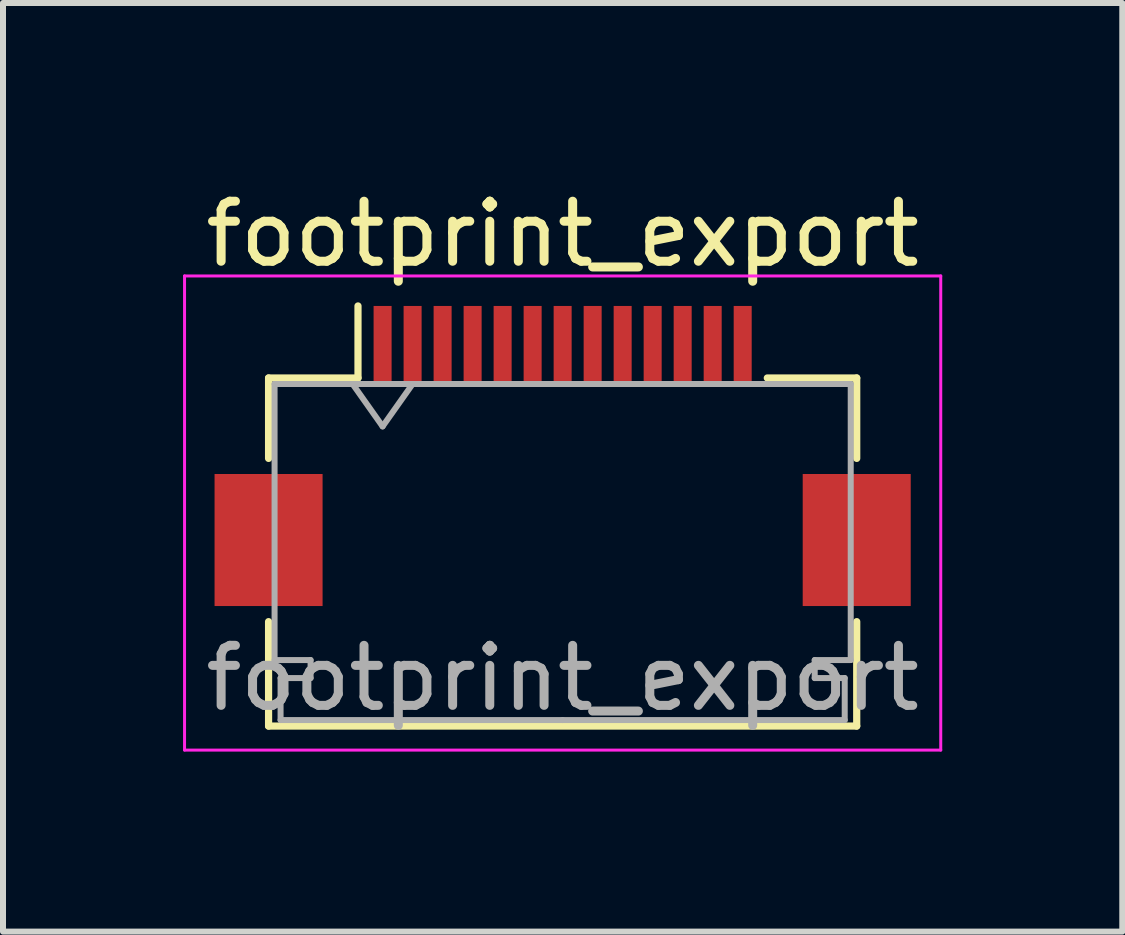
<source format=kicad_pcb>
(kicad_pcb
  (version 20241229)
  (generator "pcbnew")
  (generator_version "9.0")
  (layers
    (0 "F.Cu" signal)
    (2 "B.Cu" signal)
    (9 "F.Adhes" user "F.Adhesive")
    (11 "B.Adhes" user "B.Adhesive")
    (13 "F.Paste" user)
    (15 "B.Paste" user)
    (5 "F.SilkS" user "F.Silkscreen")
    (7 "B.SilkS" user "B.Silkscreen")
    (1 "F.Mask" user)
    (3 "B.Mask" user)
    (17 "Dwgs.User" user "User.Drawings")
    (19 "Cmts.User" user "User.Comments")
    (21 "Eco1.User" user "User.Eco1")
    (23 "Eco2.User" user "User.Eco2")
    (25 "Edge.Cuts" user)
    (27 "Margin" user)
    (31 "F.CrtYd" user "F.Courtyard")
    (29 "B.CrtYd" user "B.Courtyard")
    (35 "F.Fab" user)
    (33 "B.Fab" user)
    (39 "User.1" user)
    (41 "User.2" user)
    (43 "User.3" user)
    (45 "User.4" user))
  (footprint "footprint_export"
    (layer "F.Cu")
    (at 6.325 4.548)
    (property "Reference" "footprint_export" (at 0 -3.7 0) (layer "F.SilkS") (effects (font (size 1 1) (thickness 0.15))))
    (attr smd)
    (fp_line (start -4.9 -1.3) (end -4.9 0.04) (stroke (width 0.12) (type solid)) (layer "F.SilkS"))
    (fp_line (start -4.9 2.76) (end -4.9 4.5) (stroke (width 0.12) (type solid)) (layer "F.SilkS"))
    (fp_line (start -4.9 4.5) (end 4.9 4.5) (stroke (width 0.12) (type solid)) (layer "F.SilkS"))
    (fp_line (start -3.41 -1.3) (end -4.9 -1.3) (stroke (width 0.12) (type solid)) (layer "F.SilkS"))
    (fp_line (start -3.41 -1.3) (end -3.41 -2.5) (stroke (width 0.12) (type solid)) (layer "F.SilkS"))
    (fp_line (start 3.41 -1.3) (end 4.9 -1.3) (stroke (width 0.12) (type solid)) (layer "F.SilkS"))
    (fp_line (start 4.9 -1.3) (end 4.9 0.04) (stroke (width 0.12) (type solid)) (layer "F.SilkS"))
    (fp_line (start 4.9 4.5) (end 4.9 2.76) (stroke (width 0.12) (type solid)) (layer "F.SilkS"))
    (fp_line (start -6.3 -3) (end -6.3 4.9) (stroke (width 0.05) (type solid)) (layer "F.CrtYd"))
    (fp_line (start -6.3 4.9) (end 6.3 4.9) (stroke (width 0.05) (type solid)) (layer "F.CrtYd"))
    (fp_line (start 6.3 -3) (end -6.3 -3) (stroke (width 0.05) (type solid)) (layer "F.CrtYd"))
    (fp_line (start 6.3 4.9) (end 6.3 -3) (stroke (width 0.05) (type solid)) (layer "F.CrtYd"))
    (fp_line (start -4.8 -1.2) (end -4.8 3.4) (stroke (width 0.1) (type solid)) (layer "F.Fab"))
    (fp_line (start -4.8 3.4) (end -4.2 3.4) (stroke (width 0.1) (type solid)) (layer "F.Fab"))
    (fp_line (start -4.7 3.7) (end -4.7 4.4) (stroke (width 0.1) (type solid)) (layer "F.Fab"))
    (fp_line (start -4.7 4.4) (end 0 4.4) (stroke (width 0.1) (type solid)) (layer "F.Fab"))
    (fp_line (start -4.2 3.4) (end -4.2 3.7) (stroke (width 0.1) (type solid)) (layer "F.Fab"))
    (fp_line (start -4.2 3.7) (end -4.7 3.7) (stroke (width 0.1) (type solid)) (layer "F.Fab"))
    (fp_line (start -3.5 -1.2) (end -3 -0.493) (stroke (width 0.1) (type solid)) (layer "F.Fab"))
    (fp_line (start -3 -0.493) (end -2.5 -1.2) (stroke (width 0.1) (type solid)) (layer "F.Fab"))
    (fp_line (start 0 -1.2) (end -4.8 -1.2) (stroke (width 0.1) (type solid)) (layer "F.Fab"))
    (fp_line (start 0 -1.2) (end 4.8 -1.2) (stroke (width 0.1) (type solid)) (layer "F.Fab"))
    (fp_line (start 4.2 3.4) (end 4.2 3.7) (stroke (width 0.1) (type solid)) (layer "F.Fab"))
    (fp_line (start 4.2 3.7) (end 4.7 3.7) (stroke (width 0.1) (type solid)) (layer "F.Fab"))
    (fp_line (start 4.7 3.7) (end 4.7 4.4) (stroke (width 0.1) (type solid)) (layer "F.Fab"))
    (fp_line (start 4.7 4.4) (end 0 4.4) (stroke (width 0.1) (type solid)) (layer "F.Fab"))
    (fp_line (start 4.8 -1.2) (end 4.8 3.4) (stroke (width 0.1) (type solid)) (layer "F.Fab"))
    (fp_line (start 4.8 3.4) (end 4.2 3.4) (stroke (width 0.1) (type solid)) (layer "F.Fab"))
    (fp_text user "${REFERENCE}" (at 0 3.7 0) (layer "F.Fab") (effects (font (size 1 1) (thickness 0.15))))
    (pad "1" smd rect (at -3 -1.85) (size 0.3 1.3) (layers "F.Cu" "F.Mask" "F.Paste"))
    (pad "2" smd rect (at -2.5 -1.85) (size 0.3 1.3) (layers "F.Cu" "F.Mask" "F.Paste"))
    (pad "3" smd rect (at -2 -1.85) (size 0.3 1.3) (layers "F.Cu" "F.Mask" "F.Paste"))
    (pad "4" smd rect (at -1.5 -1.85) (size 0.3 1.3) (layers "F.Cu" "F.Mask" "F.Paste"))
    (pad "5" smd rect (at -1 -1.85) (size 0.3 1.3) (layers "F.Cu" "F.Mask" "F.Paste"))
    (pad "6" smd rect (at -0.5 -1.85) (size 0.3 1.3) (layers "F.Cu" "F.Mask" "F.Paste"))
    (pad "7" smd rect (at 0 -1.85) (size 0.3 1.3) (layers "F.Cu" "F.Mask" "F.Paste"))
    (pad "8" smd rect (at 0.5 -1.85) (size 0.3 1.3) (layers "F.Cu" "F.Mask" "F.Paste"))
    (pad "9" smd rect (at 1 -1.85) (size 0.3 1.3) (layers "F.Cu" "F.Mask" "F.Paste"))
    (pad "10" smd rect (at 1.5 -1.85) (size 0.3 1.3) (layers "F.Cu" "F.Mask" "F.Paste"))
    (pad "11" smd rect (at 2 -1.85) (size 0.3 1.3) (layers "F.Cu" "F.Mask" "F.Paste"))
    (pad "12" smd rect (at 2.5 -1.85) (size 0.3 1.3) (layers "F.Cu" "F.Mask" "F.Paste"))
    (pad "13" smd rect (at 3 -1.85) (size 0.3 1.3) (layers "F.Cu" "F.Mask" "F.Paste"))
    (pad "MP" smd rect (at -4.9 1.4) (size 1.8 2.2) (layers "F.Cu" "F.Mask" "F.Paste"))
    (pad "MP" smd rect (at 4.9 1.4) (size 1.8 2.2) (layers "F.Cu" "F.Mask" "F.Paste")))
  (gr_rect
    (start -3 -3)
    (end 15.65 12.473)
    (stroke (width 0.1) (type default))
    (fill no)
    (layer "Edge.Cuts")))
</source>
